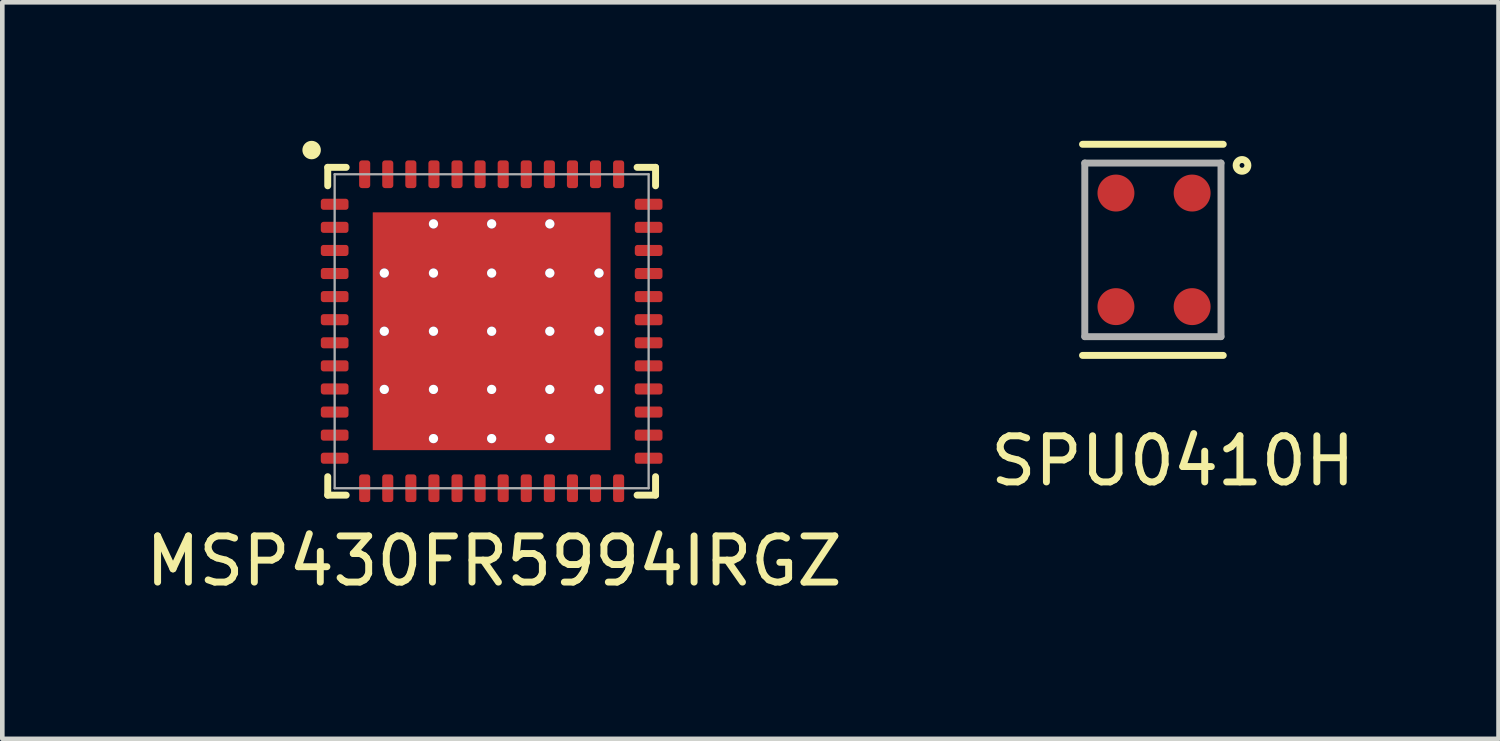
<source format=kicad_pcb>
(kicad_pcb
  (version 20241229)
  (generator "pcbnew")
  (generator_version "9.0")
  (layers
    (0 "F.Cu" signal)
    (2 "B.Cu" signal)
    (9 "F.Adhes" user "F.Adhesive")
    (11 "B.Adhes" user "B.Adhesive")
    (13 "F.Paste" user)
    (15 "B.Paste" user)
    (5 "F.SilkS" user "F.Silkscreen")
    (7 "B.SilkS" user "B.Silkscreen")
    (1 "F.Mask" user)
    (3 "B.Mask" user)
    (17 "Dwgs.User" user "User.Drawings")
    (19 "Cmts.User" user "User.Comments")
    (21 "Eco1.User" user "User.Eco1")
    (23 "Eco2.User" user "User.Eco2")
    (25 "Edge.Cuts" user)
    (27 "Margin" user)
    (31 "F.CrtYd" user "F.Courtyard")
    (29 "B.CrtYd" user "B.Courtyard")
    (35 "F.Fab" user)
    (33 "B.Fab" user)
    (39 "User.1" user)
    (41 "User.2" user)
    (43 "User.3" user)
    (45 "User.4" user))
  (footprint "SPU0410H"
    (layer "F.Cu")
    (at 21.919 2.361)
    (property "Reference" "SPU0410H" (at 0.432 4.572 0) (layer "F.SilkS") (effects (font (size 1 1) (thickness 0.15))))
    (attr through_hole)
    (fp_line (start -1.524 -2.286) (end 1.524 -2.286) (stroke (width 0.15) (type solid)) (layer "F.SilkS"))
    (fp_line (start -1.524 2.286) (end 1.524 2.286) (stroke (width 0.15) (type solid)) (layer "F.SilkS"))
    (fp_circle (center 1.93 -1.829) (end 1.854 -1.727) (stroke (width 0.15) (type solid)) (fill no) (layer "F.SilkS"))
    (fp_line (start -1.475 -1.88) (end 1.475 -1.88) (stroke (width 0.15) (type solid)) (layer "F.Fab"))
    (fp_line (start -1.475 1.88) (end -1.475 -1.88) (stroke (width 0.15) (type solid)) (layer "F.Fab"))
    (fp_line (start 1.475 -1.88) (end 1.475 1.88) (stroke (width 0.15) (type solid)) (layer "F.Fab"))
    (fp_line (start 1.475 1.88) (end -1.475 1.88) (stroke (width 0.15) (type solid)) (layer "F.Fab"))
    (pad "1" smd circle (at 0.85 -1.23) (size 0.8 0.8) (layers "F.Cu" "F.Mask" "F.Paste"))
    (pad "2" smd circle (at 0.85 1.23) (size 0.8 0.8) (layers "F.Cu" "F.Mask" "F.Paste"))
    (pad "3" smd circle (at -0.8 1.23) (size 0.8 0.8) (layers "F.Cu" "F.Mask" "F.Paste"))
    (pad "4" smd circle (at -0.8 -1.23) (size 0.8 0.8) (layers "F.Cu" "F.Mask" "F.Paste")))
  (footprint "MSP430FR5994IRGZ"
    (layer "F.Cu")
    (at 7.598 4.124)
    (property "Reference" "MSP430FR5994IRGZ" (at 0.051 4.978 0) (layer "F.SilkS") (effects (font (size 1 1) (thickness 0.15))))
    (attr through_hole)
    (fp_line (start -3.55 -3.55) (end -3.55 -3.15) (stroke (width 0.15) (type solid)) (layer "F.SilkS"))
    (fp_line (start -3.55 -3.55) (end -3.15 -3.55) (stroke (width 0.15) (type solid)) (layer "F.SilkS"))
    (fp_line (start -3.55 3.15) (end -3.55 3.55) (stroke (width 0.15) (type solid)) (layer "F.SilkS"))
    (fp_line (start -3.55 3.55) (end -3.15 3.55) (stroke (width 0.15) (type solid)) (layer "F.SilkS"))
    (fp_line (start 3.15 -3.55) (end 3.55 -3.55) (stroke (width 0.15) (type solid)) (layer "F.SilkS"))
    (fp_line (start 3.15 3.55) (end 3.55 3.55) (stroke (width 0.15) (type solid)) (layer "F.SilkS"))
    (fp_line (start 3.55 -3.55) (end 3.55 -3.15) (stroke (width 0.15) (type solid)) (layer "F.SilkS"))
    (fp_line (start 3.55 3.15) (end 3.55 3.55) (stroke (width 0.15) (type solid)) (layer "F.SilkS"))
    (fp_circle (center -3.899 -3.924) (end -3.799 -3.924) (stroke (width 0.2) (type solid)) (fill no) (layer "F.SilkS"))
    (fp_line (start -3.4 -3.4) (end 3.4 -3.4) (stroke (width 0.05) (type solid)) (layer "F.Fab"))
    (fp_line (start -3.4 3.4) (end -3.4 -3.4) (stroke (width 0.05) (type solid)) (layer "F.Fab"))
    (fp_line (start 3.4 -3.4) (end 3.4 3.4) (stroke (width 0.05) (type solid)) (layer "F.Fab"))
    (fp_line (start 3.4 3.4) (end -3.4 3.4) (stroke (width 0.05) (type solid)) (layer "F.Fab"))
    (pad "" smd roundrect (at -1.892 -1.791 90) (size 0.9 0.9) (layers "F.Paste") (roundrect_rratio 0.25))
    (pad "" smd roundrect (at -1.892 -0.622 90) (size 0.9 0.9) (layers "F.Paste") (roundrect_rratio 0.25))
    (pad "" smd roundrect (at -1.892 0.66 90) (size 0.9 0.9) (layers "F.Paste") (roundrect_rratio 0.25))
    (pad "" smd roundrect (at -1.88 1.803 90) (size 0.9 0.9) (layers "F.Paste") (roundrect_rratio 0.25))
    (pad "" smd roundrect (at -0.632 -1.791 90) (size 0.9 0.9) (layers "F.Paste") (roundrect_rratio 0.25))
    (pad "" smd roundrect (at -0.632 -0.622 90) (size 0.9 0.9) (layers "F.Paste") (roundrect_rratio 0.25))
    (pad "" smd roundrect (at -0.632 0.66 90) (size 0.9 0.9) (layers "F.Paste") (roundrect_rratio 0.25))
    (pad "" smd roundrect (at -0.62 1.803 90) (size 0.9 0.9) (layers "F.Paste") (roundrect_rratio 0.25))
    (pad "" smd roundrect (at 0.628 -1.791 90) (size 0.9 0.9) (layers "F.Paste") (roundrect_rratio 0.25))
    (pad "" smd roundrect (at 0.628 -0.622 90) (size 0.9 0.9) (layers "F.Paste") (roundrect_rratio 0.25))
    (pad "" smd roundrect (at 0.628 0.66 90) (size 0.9 0.9) (layers "F.Paste") (roundrect_rratio 0.25))
    (pad "" smd roundrect (at 0.64 1.803 90) (size 0.9 0.9) (layers "F.Paste") (roundrect_rratio 0.25))
    (pad "" smd roundrect (at 1.888 -1.791 90) (size 0.9 0.9) (layers "F.Paste") (roundrect_rratio 0.25))
    (pad "" smd roundrect (at 1.888 -0.622 90) (size 0.9 0.9) (layers "F.Paste") (roundrect_rratio 0.25))
    (pad "" smd roundrect (at 1.888 0.66 90) (size 0.9 0.9) (layers "F.Paste") (roundrect_rratio 0.25))
    (pad "" smd roundrect (at 1.9 1.803 90) (size 0.9 0.9) (layers "F.Paste") (roundrect_rratio 0.25))
    (pad "1" smd roundrect (at -3.4 -2.75) (size 0.6 0.24) (layers "F.Cu" "F.Mask" "F.Paste") (roundrect_rratio 0.25))
    (pad "2" smd roundrect (at -3.4 -2.25) (size 0.6 0.24) (layers "F.Cu" "F.Mask" "F.Paste") (roundrect_rratio 0.25))
    (pad "3" smd roundrect (at -3.4 -1.75) (size 0.6 0.24) (layers "F.Cu" "F.Mask" "F.Paste") (roundrect_rratio 0.25))
    (pad "4" smd roundrect (at -3.4 -1.25) (size 0.6 0.24) (layers "F.Cu" "F.Mask" "F.Paste") (roundrect_rratio 0.25))
    (pad "5" smd roundrect (at -3.4 -0.75) (size 0.6 0.24) (layers "F.Cu" "F.Mask" "F.Paste") (roundrect_rratio 0.25))
    (pad "6" smd roundrect (at -3.4 -0.25) (size 0.6 0.24) (layers "F.Cu" "F.Mask" "F.Paste") (roundrect_rratio 0.25))
    (pad "7" smd roundrect (at -3.4 0.25) (size 0.6 0.24) (layers "F.Cu" "F.Mask" "F.Paste") (roundrect_rratio 0.25))
    (pad "8" smd roundrect (at -3.4 0.75) (size 0.6 0.24) (layers "F.Cu" "F.Mask" "F.Paste") (roundrect_rratio 0.25))
    (pad "9" smd roundrect (at -3.4 1.25) (size 0.6 0.24) (layers "F.Cu" "F.Mask" "F.Paste") (roundrect_rratio 0.25))
    (pad "10" smd roundrect (at -3.4 1.75) (size 0.6 0.24) (layers "F.Cu" "F.Mask" "F.Paste") (roundrect_rratio 0.25))
    (pad "11" smd roundrect (at -3.4 2.25) (size 0.6 0.24) (layers "F.Cu" "F.Mask" "F.Paste") (roundrect_rratio 0.25))
    (pad "12" smd roundrect (at -3.4 2.75) (size 0.6 0.24) (layers "F.Cu" "F.Mask" "F.Paste") (roundrect_rratio 0.25))
    (pad "13" smd roundrect (at -2.75 3.4 90) (size 0.6 0.24) (layers "F.Cu" "F.Mask" "F.Paste") (roundrect_rratio 0.25))
    (pad "14" smd roundrect (at -2.25 3.4 90) (size 0.6 0.24) (layers "F.Cu" "F.Mask" "F.Paste") (roundrect_rratio 0.25))
    (pad "15" smd roundrect (at -1.75 3.4 90) (size 0.6 0.24) (layers "F.Cu" "F.Mask" "F.Paste") (roundrect_rratio 0.25))
    (pad "16" smd roundrect (at -1.25 3.4 90) (size 0.6 0.24) (layers "F.Cu" "F.Mask" "F.Paste") (roundrect_rratio 0.25))
    (pad "17" smd roundrect (at -0.75 3.4 90) (size 0.6 0.24) (layers "F.Cu" "F.Mask" "F.Paste") (roundrect_rratio 0.25))
    (pad "18" smd roundrect (at -0.25 3.4 90) (size 0.6 0.24) (layers "F.Cu" "F.Mask" "F.Paste") (roundrect_rratio 0.25))
    (pad "19" smd roundrect (at 0.25 3.4 90) (size 0.6 0.24) (layers "F.Cu" "F.Mask" "F.Paste") (roundrect_rratio 0.25))
    (pad "20" smd roundrect (at 0.75 3.4 90) (size 0.6 0.24) (layers "F.Cu" "F.Mask" "F.Paste") (roundrect_rratio 0.25))
    (pad "21" smd roundrect (at 1.25 3.4 90) (size 0.6 0.24) (layers "F.Cu" "F.Mask" "F.Paste") (roundrect_rratio 0.25))
    (pad "22" smd roundrect (at 1.75 3.4 90) (size 0.6 0.24) (layers "F.Cu" "F.Mask" "F.Paste") (roundrect_rratio 0.25))
    (pad "23" smd roundrect (at 2.25 3.4 90) (size 0.6 0.24) (layers "F.Cu" "F.Mask" "F.Paste") (roundrect_rratio 0.25))
    (pad "24" smd roundrect (at 2.75 3.4 90) (size 0.6 0.24) (layers "F.Cu" "F.Mask" "F.Paste") (roundrect_rratio 0.25))
    (pad "25" smd roundrect (at 3.4 2.75) (size 0.6 0.24) (layers "F.Cu" "F.Mask" "F.Paste") (roundrect_rratio 0.25))
    (pad "26" smd roundrect (at 3.4 2.25) (size 0.6 0.24) (layers "F.Cu" "F.Mask" "F.Paste") (roundrect_rratio 0.25))
    (pad "27" smd roundrect (at 3.4 1.75) (size 0.6 0.24) (layers "F.Cu" "F.Mask" "F.Paste") (roundrect_rratio 0.25))
    (pad "28" smd roundrect (at 3.4 1.25) (size 0.6 0.24) (layers "F.Cu" "F.Mask" "F.Paste") (roundrect_rratio 0.25))
    (pad "29" smd roundrect (at 3.4 0.75) (size 0.6 0.24) (layers "F.Cu" "F.Mask" "F.Paste") (roundrect_rratio 0.25))
    (pad "30" smd roundrect (at 3.4 0.25) (size 0.6 0.24) (layers "F.Cu" "F.Mask" "F.Paste") (roundrect_rratio 0.25))
    (pad "31" smd roundrect (at 3.4 -0.25) (size 0.6 0.24) (layers "F.Cu" "F.Mask" "F.Paste") (roundrect_rratio 0.25))
    (pad "32" smd roundrect (at 3.4 -0.75) (size 0.6 0.24) (layers "F.Cu" "F.Mask" "F.Paste") (roundrect_rratio 0.25))
    (pad "33" smd roundrect (at 3.4 -1.25) (size 0.6 0.24) (layers "F.Cu" "F.Mask" "F.Paste") (roundrect_rratio 0.25))
    (pad "34" smd roundrect (at 3.4 -1.75) (size 0.6 0.24) (layers "F.Cu" "F.Mask" "F.Paste") (roundrect_rratio 0.25))
    (pad "35" smd roundrect (at 3.4 -2.25) (size 0.6 0.24) (layers "F.Cu" "F.Mask" "F.Paste") (roundrect_rratio 0.25))
    (pad "36" smd roundrect (at 3.4 -2.75) (size 0.6 0.24) (layers "F.Cu" "F.Mask" "F.Paste") (roundrect_rratio 0.25))
    (pad "37" smd roundrect (at 2.75 -3.4 270) (size 0.6 0.24) (layers "F.Cu" "F.Mask" "F.Paste") (roundrect_rratio 0.25))
    (pad "38" smd roundrect (at 2.25 -3.4 270) (size 0.6 0.24) (layers "F.Cu" "F.Mask" "F.Paste") (roundrect_rratio 0.25))
    (pad "39" smd roundrect (at 1.75 -3.4 270) (size 0.6 0.24) (layers "F.Cu" "F.Mask" "F.Paste") (roundrect_rratio 0.25))
    (pad "40" smd roundrect (at 1.25 -3.4 270) (size 0.6 0.24) (layers "F.Cu" "F.Mask" "F.Paste") (roundrect_rratio 0.25))
    (pad "41" smd roundrect (at 0.75 -3.4 270) (size 0.6 0.24) (layers "F.Cu" "F.Mask" "F.Paste") (roundrect_rratio 0.25))
    (pad "42" smd roundrect (at 0.25 -3.4 270) (size 0.6 0.24) (layers "F.Cu" "F.Mask" "F.Paste") (roundrect_rratio 0.25))
    (pad "43" smd roundrect (at -0.25 -3.4 270) (size 0.6 0.24) (layers "F.Cu" "F.Mask" "F.Paste") (roundrect_rratio 0.25))
    (pad "44" smd roundrect (at -0.75 -3.4 270) (size 0.6 0.24) (layers "F.Cu" "F.Mask" "F.Paste") (roundrect_rratio 0.25))
    (pad "45" smd roundrect (at -1.25 -3.4 270) (size 0.6 0.24) (layers "F.Cu" "F.Mask" "F.Paste") (roundrect_rratio 0.25))
    (pad "46" smd roundrect (at -1.75 -3.4 270) (size 0.6 0.24) (layers "F.Cu" "F.Mask" "F.Paste") (roundrect_rratio 0.25))
    (pad "47" smd roundrect (at -2.25 -3.4 270) (size 0.6 0.24) (layers "F.Cu" "F.Mask" "F.Paste") (roundrect_rratio 0.25))
    (pad "48" smd roundrect (at -2.75 -3.4 270) (size 0.6 0.24) (layers "F.Cu" "F.Mask" "F.Paste") (roundrect_rratio 0.25))
    (pad "49" thru_hole circle (at -2.325 -1.26 270) (size 0.2 0.2) (drill 0.2) (layers "*.Cu" "*.Mask"))
    (pad "49" thru_hole circle (at -2.325 0 270) (size 0.2 0.2) (drill 0.2) (layers "*.Cu" "*.Mask"))
    (pad "49" thru_hole circle (at -2.325 1.26 270) (size 0.2 0.2) (drill 0.2) (layers "*.Cu" "*.Mask"))
    (pad "49" thru_hole circle (at -1.26 -2.325) (size 0.2 0.2) (drill 0.2) (layers "*.Cu" "*.Mask"))
    (pad "49" thru_hole circle (at -1.26 -1.26) (size 0.2 0.2) (drill 0.2) (layers "*.Cu" "*.Mask"))
    (pad "49" thru_hole circle (at -1.26 0) (size 0.2 0.2) (drill 0.2) (layers "*.Cu" "*.Mask"))
    (pad "49" thru_hole circle (at -1.26 1.26) (size 0.2 0.2) (drill 0.2) (layers "*.Cu" "*.Mask"))
    (pad "49" thru_hole circle (at -1.26 2.325) (size 0.2 0.2) (drill 0.2) (layers "*.Cu" "*.Mask"))
    (pad "49" thru_hole circle (at 0 -2.325) (size 0.2 0.2) (drill 0.2) (layers "*.Cu" "*.Mask"))
    (pad "49" thru_hole circle (at 0 -1.26) (size 0.2 0.2) (drill 0.2) (layers "*.Cu" "*.Mask"))
    (pad "49" thru_hole circle (at 0 0) (size 0.2 0.2) (drill 0.2) (layers "*.Cu" "*.Mask"))
    (pad "49" smd rect (at 0 0 90) (size 5.15 5.15) (layers "F.Cu" "F.Mask"))
    (pad "49" thru_hole circle (at 0 1.26) (size 0.2 0.2) (drill 0.2) (layers "*.Cu" "*.Mask"))
    (pad "49" thru_hole circle (at 0 2.325) (size 0.2 0.2) (drill 0.2) (layers "*.Cu" "*.Mask"))
    (pad "49" thru_hole circle (at 1.26 -2.325) (size 0.2 0.2) (drill 0.2) (layers "*.Cu" "*.Mask"))
    (pad "49" thru_hole circle (at 1.26 -1.26) (size 0.2 0.2) (drill 0.2) (layers "*.Cu" "*.Mask"))
    (pad "49" thru_hole circle (at 1.26 0) (size 0.2 0.2) (drill 0.2) (layers "*.Cu" "*.Mask"))
    (pad "49" thru_hole circle (at 1.26 1.26) (size 0.2 0.2) (drill 0.2) (layers "*.Cu" "*.Mask"))
    (pad "49" thru_hole circle (at 1.26 2.325) (size 0.2 0.2) (drill 0.2) (layers "*.Cu" "*.Mask"))
    (pad "49" thru_hole circle (at 2.325 -1.26 270) (size 0.2 0.2) (drill 0.2) (layers "*.Cu" "*.Mask"))
    (pad "49" thru_hole circle (at 2.325 0 270) (size 0.2 0.2) (drill 0.2) (layers "*.Cu" "*.Mask"))
    (pad "49" thru_hole circle (at 2.325 1.26 270) (size 0.2 0.2) (drill 0.2) (layers "*.Cu" "*.Mask")))
  (gr_rect
    (start -3 -3)
    (end 29.405 12.951)
    (stroke (width 0.1) (type default))
    (fill no)
    (layer "Edge.Cuts")))
</source>
